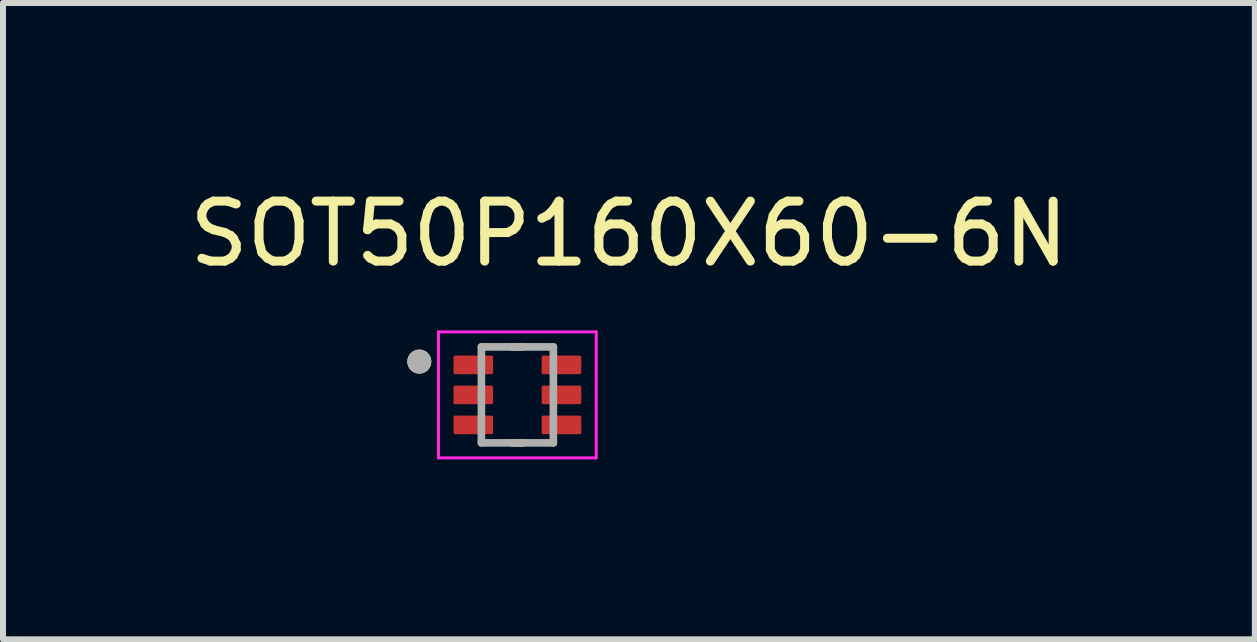
<source format=kicad_pcb>
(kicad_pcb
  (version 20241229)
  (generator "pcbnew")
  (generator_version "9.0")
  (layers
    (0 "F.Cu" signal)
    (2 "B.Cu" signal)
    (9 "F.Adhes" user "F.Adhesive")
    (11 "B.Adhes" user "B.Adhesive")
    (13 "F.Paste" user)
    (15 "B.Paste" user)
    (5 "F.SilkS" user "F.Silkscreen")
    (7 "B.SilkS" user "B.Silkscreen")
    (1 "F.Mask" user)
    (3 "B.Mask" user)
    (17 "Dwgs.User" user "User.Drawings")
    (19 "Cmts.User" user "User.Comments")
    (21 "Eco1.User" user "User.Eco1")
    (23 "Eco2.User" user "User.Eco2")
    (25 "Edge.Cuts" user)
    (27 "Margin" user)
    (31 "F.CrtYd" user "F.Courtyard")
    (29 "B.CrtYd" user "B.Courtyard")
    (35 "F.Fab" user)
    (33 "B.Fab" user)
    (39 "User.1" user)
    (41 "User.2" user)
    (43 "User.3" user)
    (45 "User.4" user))
  (footprint "SOT50P160X60-6N"
    (layer "F.Cu")
    (at 5.575 3.533)
    (property "Reference" "SOT50P160X60-6N" (at 1.86 -2.685 0) (layer "F.SilkS") (effects (font (size 1 1) (thickness 0.15))))
    (attr smd)
    (fp_line (start -0.085 -0.8) (end 0.085 -0.8) (stroke (width 0.127) (type solid)) (layer "F.SilkS"))
    (fp_line (start -0.085 0.8) (end 0.085 0.8) (stroke (width 0.127) (type solid)) (layer "F.SilkS"))
    (fp_circle (center -1.635 -0.555) (end -1.535 -0.555) (stroke (width 0.2) (type solid)) (fill no) (layer "F.SilkS"))
    (fp_line (start -1.315 -1.05) (end -1.315 1.05) (stroke (width 0.05) (type solid)) (layer "F.CrtYd"))
    (fp_line (start -1.315 1.05) (end 1.315 1.05) (stroke (width 0.05) (type solid)) (layer "F.CrtYd"))
    (fp_line (start 1.315 -1.05) (end -1.315 -1.05) (stroke (width 0.05) (type solid)) (layer "F.CrtYd"))
    (fp_line (start 1.315 1.05) (end 1.315 -1.05) (stroke (width 0.05) (type solid)) (layer "F.CrtYd"))
    (fp_line (start -0.6 -0.8) (end 0.6 -0.8) (stroke (width 0.127) (type solid)) (layer "F.Fab"))
    (fp_line (start -0.6 0.8) (end -0.6 -0.8) (stroke (width 0.127) (type solid)) (layer "F.Fab"))
    (fp_line (start 0.6 -0.8) (end 0.6 0.8) (stroke (width 0.127) (type solid)) (layer "F.Fab"))
    (fp_line (start 0.6 0.8) (end -0.6 0.8) (stroke (width 0.127) (type solid)) (layer "F.Fab"))
    (fp_circle (center -1.635 -0.555) (end -1.535 -0.555) (stroke (width 0.2) (type solid)) (fill no) (layer "F.Fab"))
    (pad "1" smd roundrect (at -0.735 -0.5) (size 0.66 0.31) (layers "F.Cu" "F.Mask" "F.Paste") (roundrect_rratio 0.08))
    (pad "2" smd roundrect (at -0.735 0) (size 0.66 0.31) (layers "F.Cu" "F.Mask" "F.Paste") (roundrect_rratio 0.08))
    (pad "3" smd roundrect (at -0.735 0.5) (size 0.66 0.31) (layers "F.Cu" "F.Mask" "F.Paste") (roundrect_rratio 0.08))
    (pad "4" smd roundrect (at 0.735 0.5) (size 0.66 0.31) (layers "F.Cu" "F.Mask" "F.Paste") (roundrect_rratio 0.08))
    (pad "5" smd roundrect (at 0.735 0) (size 0.66 0.31) (layers "F.Cu" "F.Mask" "F.Paste") (roundrect_rratio 0.08))
    (pad "6" smd roundrect (at 0.735 -0.5) (size 0.66 0.31) (layers "F.Cu" "F.Mask" "F.Paste") (roundrect_rratio 0.08)))
  (gr_rect
    (start -3 -3)
    (end 17.869 7.608)
    (stroke (width 0.1) (type default))
    (fill no)
    (layer "Edge.Cuts")))
</source>
